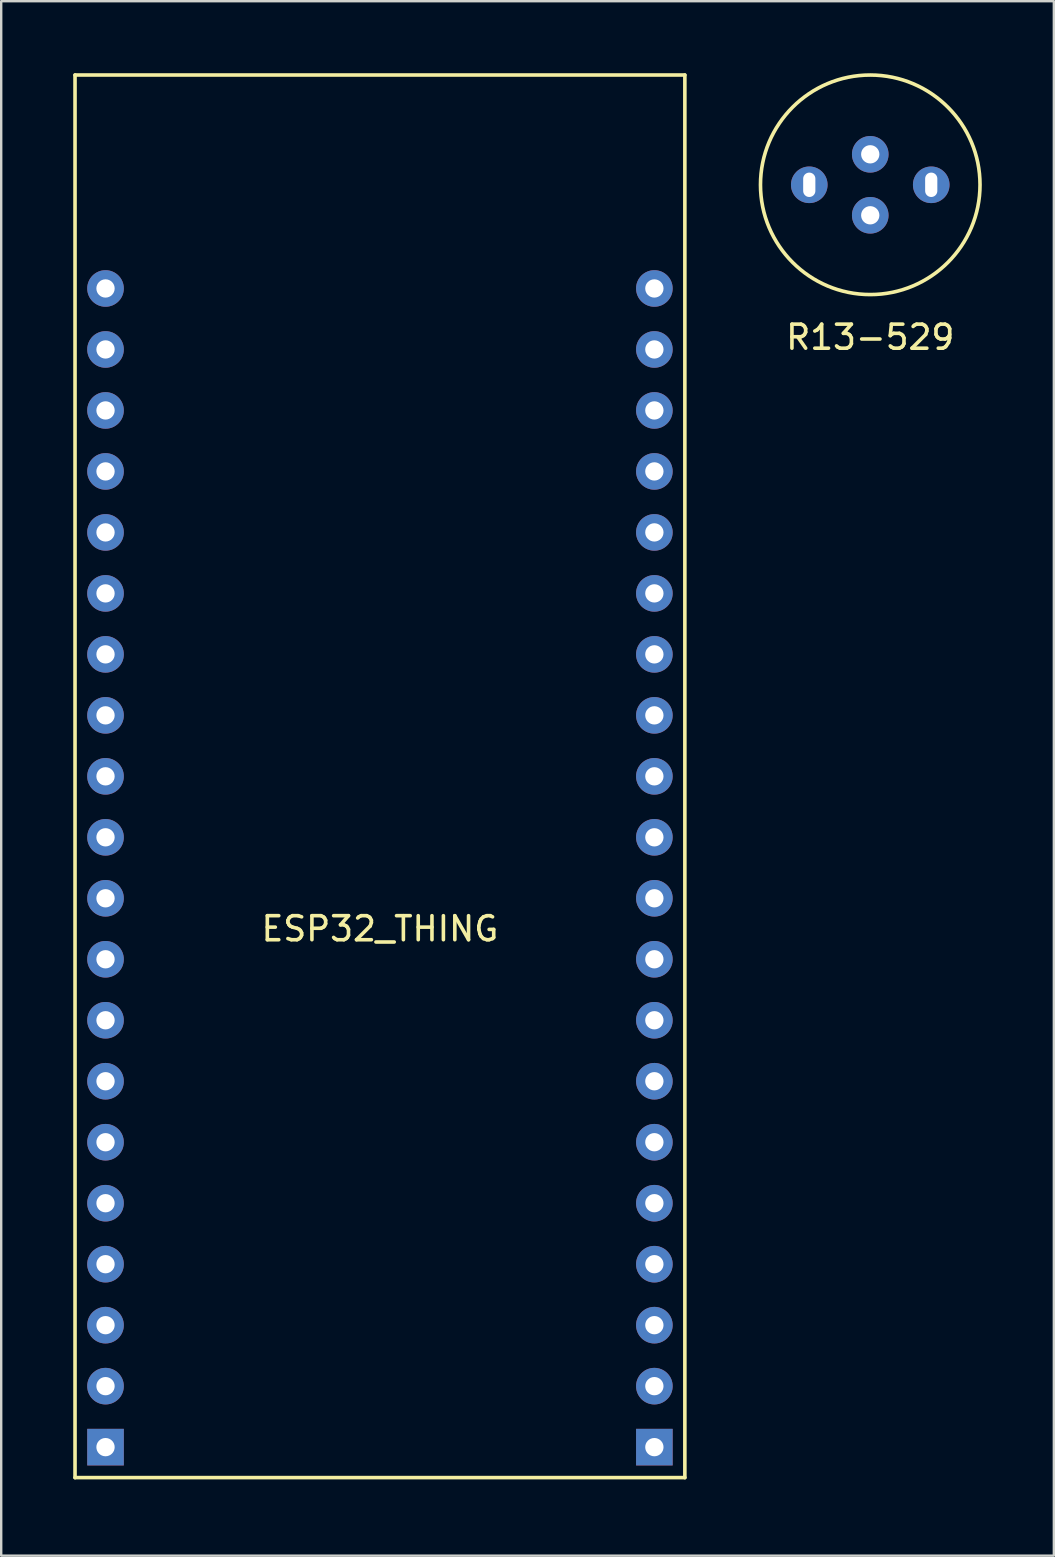
<source format=kicad_pcb>
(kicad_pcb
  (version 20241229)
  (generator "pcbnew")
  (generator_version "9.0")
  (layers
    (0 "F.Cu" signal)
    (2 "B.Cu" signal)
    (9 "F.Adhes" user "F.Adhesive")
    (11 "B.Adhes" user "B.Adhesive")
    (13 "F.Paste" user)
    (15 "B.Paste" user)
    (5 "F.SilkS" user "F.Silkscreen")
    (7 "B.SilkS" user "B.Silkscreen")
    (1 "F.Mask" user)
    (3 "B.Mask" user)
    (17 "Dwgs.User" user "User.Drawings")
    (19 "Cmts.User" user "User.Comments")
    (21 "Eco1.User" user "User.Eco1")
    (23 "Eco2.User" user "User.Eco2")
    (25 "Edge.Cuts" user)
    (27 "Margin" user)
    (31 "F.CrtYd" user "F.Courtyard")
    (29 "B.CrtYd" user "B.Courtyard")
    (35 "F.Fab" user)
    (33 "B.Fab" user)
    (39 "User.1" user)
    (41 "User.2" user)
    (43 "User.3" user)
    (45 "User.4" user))
  (footprint "R13-529"
    (layer "F.Cu")
    (at 33.197 4.647)
    (property "Reference" "R13-529" (at 0 6.35 0) (layer "F.SilkS") (effects (font (size 1 1) (thickness 0.15))))
    (attr through_hole)
    (fp_circle (center 0 0) (end 4.572 0) (stroke (width 0.15) (type solid)) (fill no) (layer "F.SilkS"))
    (pad "1" thru_hole circle (at 2.54 0) (size 1.524 1.524) (drill oval 0.508 1.016) (layers "*.Cu" "*.Mask"))
    (pad "2" thru_hole circle (at -2.54 0) (size 1.524 1.524) (drill oval 0.508 1.016) (layers "*.Cu" "*.Mask"))
    (pad "3" thru_hole circle (at 0 -1.27) (size 1.524 1.524) (drill 0.762) (layers "*.Cu" "*.Mask"))
    (pad "4" thru_hole circle (at 0 1.27) (size 1.524 1.524) (drill 0.762) (layers "*.Cu" "*.Mask")))
  (footprint "ESP32_THING"
    (layer "F.Cu")
    (at 12.775 58.495)
    (property "Reference" "ESP32_THING" (at 0 -22.86 0) (layer "F.SilkS") (effects (font (size 1 1) (thickness 0.15))))
    (attr through_hole)
    (fp_line (start -12.7 -58.42) (end -12.7 0) (stroke (width 0.15) (type solid)) (layer "F.SilkS"))
    (fp_line (start -12.7 0) (end 12.7 0) (stroke (width 0.15) (type solid)) (layer "F.SilkS"))
    (fp_line (start 12.7 -58.42) (end -12.7 -58.42) (stroke (width 0.15) (type solid)) (layer "F.SilkS"))
    (fp_line (start 12.7 0) (end 12.7 -58.42) (stroke (width 0.15) (type solid)) (layer "F.SilkS"))
    (pad "1" thru_hole rect (at -11.43 -1.27) (size 1.524 1.524) (drill 0.762) (layers "*.Cu" "*.Mask"))
    (pad "2" thru_hole circle (at -11.43 -3.81) (size 1.524 1.524) (drill 0.762) (layers "*.Cu" "*.Mask"))
    (pad "3" thru_hole circle (at -11.43 -6.35) (size 1.524 1.524) (drill 0.762) (layers "*.Cu" "*.Mask"))
    (pad "4" thru_hole circle (at -11.43 -8.89) (size 1.524 1.524) (drill 0.762) (layers "*.Cu" "*.Mask"))
    (pad "5" thru_hole circle (at -11.43 -11.43) (size 1.524 1.524) (drill 0.762) (layers "*.Cu" "*.Mask"))
    (pad "6" thru_hole circle (at -11.43 -13.97) (size 1.524 1.524) (drill 0.762) (layers "*.Cu" "*.Mask"))
    (pad "7" thru_hole circle (at -11.43 -16.51) (size 1.524 1.524) (drill 0.762) (layers "*.Cu" "*.Mask"))
    (pad "8" thru_hole circle (at -11.43 -19.05) (size 1.524 1.524) (drill 0.762) (layers "*.Cu" "*.Mask"))
    (pad "9" thru_hole circle (at -11.43 -21.59) (size 1.524 1.524) (drill 0.762) (layers "*.Cu" "*.Mask"))
    (pad "10" thru_hole circle (at -11.43 -24.13) (size 1.524 1.524) (drill 0.762) (layers "*.Cu" "*.Mask"))
    (pad "11" thru_hole circle (at -11.43 -26.67) (size 1.524 1.524) (drill 0.762) (layers "*.Cu" "*.Mask"))
    (pad "12" thru_hole circle (at -11.43 -29.21) (size 1.524 1.524) (drill 0.762) (layers "*.Cu" "*.Mask"))
    (pad "13" thru_hole circle (at -11.43 -31.75) (size 1.524 1.524) (drill 0.762) (layers "*.Cu" "*.Mask"))
    (pad "14" thru_hole circle (at -11.43 -34.29) (size 1.524 1.524) (drill 0.762) (layers "*.Cu" "*.Mask"))
    (pad "15" thru_hole circle (at -11.43 -36.83) (size 1.524 1.524) (drill 0.762) (layers "*.Cu" "*.Mask"))
    (pad "16" thru_hole circle (at -11.43 -39.37) (size 1.524 1.524) (drill 0.762) (layers "*.Cu" "*.Mask"))
    (pad "17" thru_hole circle (at -11.43 -41.91) (size 1.524 1.524) (drill 0.762) (layers "*.Cu" "*.Mask"))
    (pad "18" thru_hole circle (at -11.43 -44.45) (size 1.524 1.524) (drill 0.762) (layers "*.Cu" "*.Mask"))
    (pad "19" thru_hole circle (at -11.43 -46.99) (size 1.524 1.524) (drill 0.762) (layers "*.Cu" "*.Mask"))
    (pad "20" thru_hole circle (at -11.43 -49.53) (size 1.524 1.524) (drill 0.762) (layers "*.Cu" "*.Mask"))
    (pad "21" thru_hole circle (at 11.43 -49.53) (size 1.524 1.524) (drill 0.762) (layers "*.Cu" "*.Mask"))
    (pad "22" thru_hole circle (at 11.43 -46.99) (size 1.524 1.524) (drill 0.762) (layers "*.Cu" "*.Mask"))
    (pad "23" thru_hole circle (at 11.43 -44.45) (size 1.524 1.524) (drill 0.762) (layers "*.Cu" "*.Mask"))
    (pad "24" thru_hole circle (at 11.43 -41.91) (size 1.524 1.524) (drill 0.762) (layers "*.Cu" "*.Mask"))
    (pad "25" thru_hole circle (at 11.43 -39.37) (size 1.524 1.524) (drill 0.762) (layers "*.Cu" "*.Mask"))
    (pad "26" thru_hole circle (at 11.43 -36.83) (size 1.524 1.524) (drill 0.762) (layers "*.Cu" "*.Mask"))
    (pad "27" thru_hole circle (at 11.43 -34.29) (size 1.524 1.524) (drill 0.762) (layers "*.Cu" "*.Mask"))
    (pad "28" thru_hole circle (at 11.43 -31.75) (size 1.524 1.524) (drill 0.762) (layers "*.Cu" "*.Mask"))
    (pad "29" thru_hole circle (at 11.43 -29.21) (size 1.524 1.524) (drill 0.762) (layers "*.Cu" "*.Mask"))
    (pad "30" thru_hole circle (at 11.43 -26.67) (size 1.524 1.524) (drill 0.762) (layers "*.Cu" "*.Mask"))
    (pad "31" thru_hole circle (at 11.43 -24.13) (size 1.524 1.524) (drill 0.762) (layers "*.Cu" "*.Mask"))
    (pad "32" thru_hole circle (at 11.43 -21.59) (size 1.524 1.524) (drill 0.762) (layers "*.Cu" "*.Mask"))
    (pad "33" thru_hole circle (at 11.43 -19.05) (size 1.524 1.524) (drill 0.762) (layers "*.Cu" "*.Mask"))
    (pad "34" thru_hole circle (at 11.43 -16.51) (size 1.524 1.524) (drill 0.762) (layers "*.Cu" "*.Mask"))
    (pad "35" thru_hole circle (at 11.43 -13.97) (size 1.524 1.524) (drill 0.762) (layers "*.Cu" "*.Mask"))
    (pad "36" thru_hole circle (at 11.43 -11.43) (size 1.524 1.524) (drill 0.762) (layers "*.Cu" "*.Mask"))
    (pad "37" thru_hole circle (at 11.43 -8.89) (size 1.524 1.524) (drill 0.762) (layers "*.Cu" "*.Mask"))
    (pad "38" thru_hole circle (at 11.43 -6.35) (size 1.524 1.524) (drill 0.762) (layers "*.Cu" "*.Mask"))
    (pad "39" thru_hole circle (at 11.43 -3.81) (size 1.524 1.524) (drill 0.762) (layers "*.Cu" "*.Mask"))
    (pad "40" thru_hole rect (at 11.43 -1.27) (size 1.524 1.524) (drill 0.762) (layers "*.Cu" "*.Mask")))
  (gr_rect
    (start -3 -3)
    (end 40.844 61.745)
    (stroke (width 0.1) (type default))
    (fill no)
    (layer "Edge.Cuts")))
</source>
